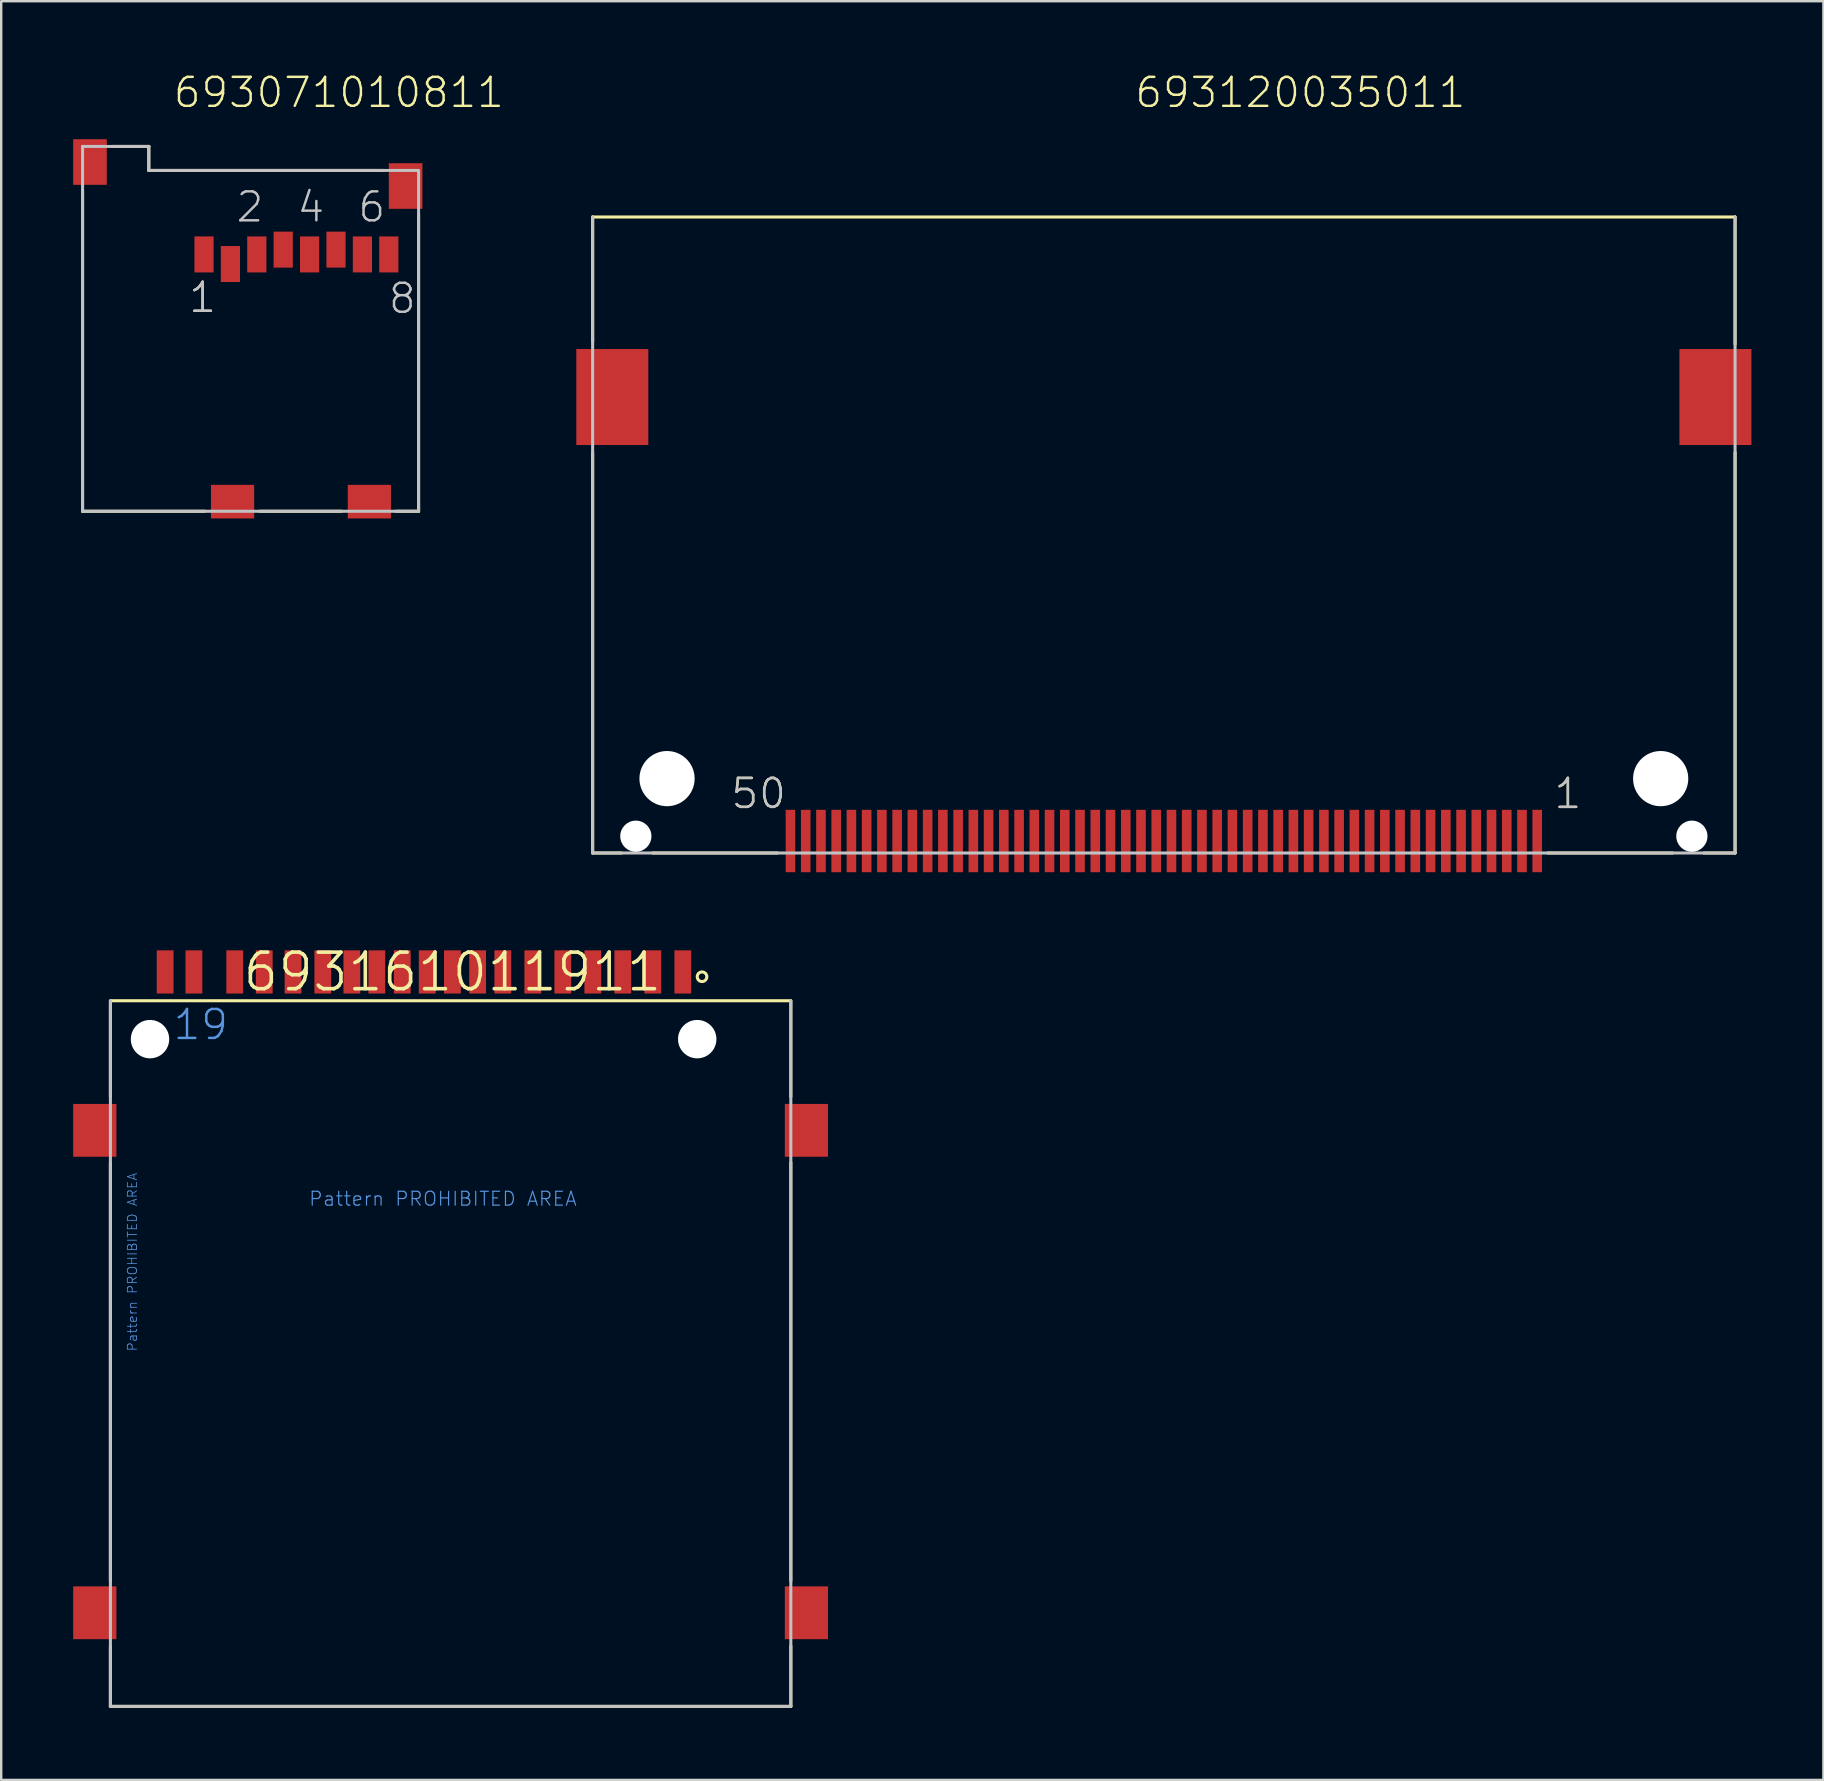
<source format=kicad_pcb>
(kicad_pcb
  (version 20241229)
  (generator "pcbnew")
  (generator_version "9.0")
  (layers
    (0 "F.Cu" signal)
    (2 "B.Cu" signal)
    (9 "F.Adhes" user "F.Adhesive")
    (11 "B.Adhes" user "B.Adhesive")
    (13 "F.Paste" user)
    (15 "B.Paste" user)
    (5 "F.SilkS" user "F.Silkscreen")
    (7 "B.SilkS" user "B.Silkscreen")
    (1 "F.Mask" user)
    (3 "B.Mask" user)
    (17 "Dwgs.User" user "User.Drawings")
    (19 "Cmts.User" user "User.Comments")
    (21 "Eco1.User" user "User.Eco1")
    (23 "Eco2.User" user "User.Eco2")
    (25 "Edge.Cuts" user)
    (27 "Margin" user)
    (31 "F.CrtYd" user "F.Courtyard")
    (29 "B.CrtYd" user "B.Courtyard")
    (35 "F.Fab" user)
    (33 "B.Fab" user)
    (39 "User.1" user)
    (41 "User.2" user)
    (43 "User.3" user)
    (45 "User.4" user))
  (footprint "693161011911"
    (layer "F.Cu")
    (at 15.8 37.446)
    (property "Reference" "693161011911" (at 0 0 0) (layer "F.SilkS") (effects (font (size 1.524 1.524) (thickness 0.15))))
    (attr through_hole)
    (fp_line (start -14.25 1.2) (end 14.1 1.2) (stroke (width 0.127) (type solid)) (layer "F.SilkS"))
    (fp_line (start -14.25 5.2) (end -14.25 1.22) (stroke (width 0.127) (type solid)) (layer "F.SilkS"))
    (fp_line (start -14.25 7.95) (end -14.25 25.38) (stroke (width 0.127) (type solid)) (layer "F.SilkS"))
    (fp_line (start -14.25 28.11) (end -14.25 30.6) (stroke (width 0.127) (type solid)) (layer "F.SilkS"))
    (fp_line (start -14.25 30.6) (end 14.1 30.6) (stroke (width 0.127) (type solid)) (layer "F.SilkS"))
    (fp_line (start 14.1 5.2) (end 14.1 1.22) (stroke (width 0.127) (type solid)) (layer "F.SilkS"))
    (fp_line (start 14.1 7.94) (end 14.1 25.37) (stroke (width 0.127) (type solid)) (layer "F.SilkS"))
    (fp_line (start 14.1 30.6) (end 14.1 28.08) (stroke (width 0.127) (type solid)) (layer "F.SilkS"))
    (fp_circle (center 10.4 0.2) (end 10.6 0.2) (stroke (width 0.127) (type solid)) (fill no) (layer "F.SilkS"))
    (fp_line (start -14.25 30.6) (end -14.25 1.2) (stroke (width 0.127) (type solid)) (layer "Dwgs.User"))
    (fp_line (start 14.1 1.2) (end 14.1 30.6) (stroke (width 0.127) (type solid)) (layer "Dwgs.User"))
    (fp_line (start 14.1 30.6) (end -14.25 30.6) (stroke (width 0.127) (type solid)) (layer "Dwgs.User"))
    (fp_text user "Pattern PROHIBITED AREA" (at -6.01 9.79 0) (layer "Cmts.User") (effects (font (size 0.579 0.579) (thickness 0.049)) (justify left bottom)))
    (fp_text user "Pattern PROHIBITED AREA" (at -13.11 15.83 90) (layer "Cmts.User") (effects (font (size 0.386 0.386) (thickness 0.033)) (justify left bottom)))
    (fp_text user "19" (at -11.7 2.9 0) (layer "Cmts.User") (effects (font (size 1.206 1.206) (thickness 0.102)) (justify left bottom)))
    (pad "" np_thru_hole circle (at -12.6 2.8) (size 1.6 1.6) (drill 1.6) (layers "*.Cu"))
    (pad "" np_thru_hole circle (at 10.2 2.8) (size 1.6 1.6) (drill 1.6) (layers "*.Cu"))
    (pad "1" smd rect (at 9.6 0 90) (size 1.8 0.7) (layers "F.Cu" "F.Mask" "F.Paste"))
    (pad "2" smd rect (at 8.35 0 90) (size 1.8 0.7) (layers "F.Cu" "F.Mask" "F.Paste"))
    (pad "3" smd rect (at 7.1 0 90) (size 1.8 0.7) (layers "F.Cu" "F.Mask" "F.Paste"))
    (pad "4" smd rect (at 5.85 0 90) (size 1.8 0.7) (layers "F.Cu" "F.Mask" "F.Paste"))
    (pad "5" smd rect (at 4.6 0 90) (size 1.8 0.7) (layers "F.Cu" "F.Mask" "F.Paste"))
    (pad "6" smd rect (at 3.35 0 90) (size 1.8 0.7) (layers "F.Cu" "F.Mask" "F.Paste"))
    (pad "7" smd rect (at 2.1 0 90) (size 1.8 0.7) (layers "F.Cu" "F.Mask" "F.Paste"))
    (pad "8" smd rect (at 1.05 0 90) (size 1.8 0.7) (layers "F.Cu" "F.Mask" "F.Paste"))
    (pad "9" smd rect (at 0 0 90) (size 1.8 0.7) (layers "F.Cu" "F.Mask" "F.Paste"))
    (pad "10" smd rect (at -1.05 0 90) (size 1.8 0.7) (layers "F.Cu" "F.Mask" "F.Paste"))
    (pad "11" smd rect (at -2.09 0 90) (size 1.8 0.7) (layers "F.Cu" "F.Mask" "F.Paste"))
    (pad "12" smd rect (at -3.15 0 90) (size 1.8 0.7) (layers "F.Cu" "F.Mask" "F.Paste"))
    (pad "13" smd rect (at -4.19 0 90) (size 1.8 0.7) (layers "F.Cu" "F.Mask" "F.Paste"))
    (pad "14" smd rect (at -5.4 0 90) (size 1.8 0.7) (layers "F.Cu" "F.Mask" "F.Paste"))
    (pad "15" smd rect (at -6.64 0 90) (size 1.8 0.7) (layers "F.Cu" "F.Mask" "F.Paste"))
    (pad "16" smd rect (at -7.84 0 90) (size 1.8 0.7) (layers "F.Cu" "F.Mask" "F.Paste"))
    (pad "17" smd rect (at -9.07 0 90) (size 1.8 0.7) (layers "F.Cu" "F.Mask" "F.Paste"))
    (pad "18" smd rect (at -10.77 0 90) (size 1.8 0.7) (layers "F.Cu" "F.Mask" "F.Paste"))
    (pad "19" smd rect (at -11.97 0 90) (size 1.8 0.7) (layers "F.Cu" "F.Mask" "F.Paste"))
    (pad "GND" smd rect (at 14.75 6.6 90) (size 2.2 1.8) (layers "F.Cu" "F.Mask" "F.Paste"))
    (pad "GND1" smd rect (at 14.75 26.7 90) (size 2.2 1.8) (layers "F.Cu" "F.Mask" "F.Paste"))
    (pad "GND2" smd rect (at -14.9 26.7 90) (size 2.2 1.8) (layers "F.Cu" "F.Mask" "F.Paste"))
    (pad "GND3" smd rect (at -14.9 6.6 90) (size 2.2 1.8) (layers "F.Cu" "F.Mask" "F.Paste")))
  (footprint "693071010811"
    (layer "F.Cu")
    (at 5.45 7.551)
    (property "Reference" "693071010811" (at -1.34 -6.04 0) (layer "F.SilkS") (effects (font (size 1.206 1.206) (thickness 0.102)) (justify left bottom)))
    (attr through_hole)
    (fp_line (start -5.06 -2.66) (end -5.06 10.7) (stroke (width 0.127) (type solid)) (layer "F.SilkS"))
    (fp_line (start -5.06 10.7) (end 0.04 10.7) (stroke (width 0.127) (type solid)) (layer "F.SilkS"))
    (fp_line (start -3.82 -4.5) (end -2.3 -4.5) (stroke (width 0.127) (type solid)) (layer "F.SilkS"))
    (fp_line (start -2.3 -4.5) (end -2.3 -3.5) (stroke (width 0.127) (type solid)) (layer "F.SilkS"))
    (fp_line (start -2.3 -3.5) (end 7.47 -3.5) (stroke (width 0.127) (type solid)) (layer "F.SilkS"))
    (fp_line (start 2.33 10.7) (end 5.73 10.7) (stroke (width 0.127) (type solid)) (layer "F.SilkS"))
    (fp_line (start 8 10.7) (end 8.94 10.7) (stroke (width 0.127) (type solid)) (layer "F.SilkS"))
    (fp_line (start 8.94 10.7) (end 8.94 -1.69) (stroke (width 0.127) (type solid)) (layer "F.SilkS"))
    (fp_line (start -5.06 -4.5) (end -5.06 10.7) (stroke (width 0.127) (type solid)) (layer "Dwgs.User"))
    (fp_line (start -5.06 -4.5) (end -2.3 -4.5) (stroke (width 0.127) (type solid)) (layer "Dwgs.User"))
    (fp_line (start -5.06 10.7) (end 8.94 10.7) (stroke (width 0.127) (type solid)) (layer "Dwgs.User"))
    (fp_line (start -2.3 -4.5) (end -2.3 -3.5) (stroke (width 0.127) (type solid)) (layer "Dwgs.User"))
    (fp_line (start -2.3 -3.5) (end 8.9 -3.5) (stroke (width 0.127) (type solid)) (layer "Dwgs.User"))
    (fp_line (start 8.94 10.7) (end 8.94 -3.5) (stroke (width 0.127) (type solid)) (layer "Dwgs.User"))
    (fp_text user "1" (at -0.7 2.5 0) (layer "F.SilkS") (effects (font (size 1.206 1.206) (thickness 0.102)) (justify left bottom)))
    (fp_text user "2" (at 1.27 -1.27 0) (layer "Dwgs.User") (effects (font (size 1.206 1.206) (thickness 0.102)) (justify left bottom)))
    (fp_text user "4" (at 3.81 -1.27 0) (layer "Dwgs.User") (effects (font (size 1.206 1.206) (thickness 0.102)) (justify left bottom)))
    (fp_text user "1" (at -0.7 2.5 0) (layer "Dwgs.User") (effects (font (size 1.206 1.206) (thickness 0.102)) (justify left bottom)))
    (fp_text user "8" (at 7.62 2.54 0) (layer "Dwgs.User") (effects (font (size 1.206 1.206) (thickness 0.102)) (justify left bottom)))
    (fp_text user "6" (at 6.35 -1.27 0) (layer "Dwgs.User") (effects (font (size 1.206 1.206) (thickness 0.102)) (justify left bottom)))
    (pad "1" smd rect (at 0 0) (size 0.8 1.5) (layers "F.Cu" "F.Mask" "F.Paste"))
    (pad "2" smd rect (at 1.1 0.4) (size 0.8 1.5) (layers "F.Cu" "F.Mask" "F.Paste"))
    (pad "3" smd rect (at 2.2 0) (size 0.8 1.5) (layers "F.Cu" "F.Mask" "F.Paste"))
    (pad "4" smd rect (at 3.3 -0.2) (size 0.8 1.5) (layers "F.Cu" "F.Mask" "F.Paste"))
    (pad "5" smd rect (at 4.4 0) (size 0.8 1.5) (layers "F.Cu" "F.Mask" "F.Paste"))
    (pad "6" smd rect (at 5.5 -0.2) (size 0.8 1.5) (layers "F.Cu" "F.Mask" "F.Paste"))
    (pad "7" smd rect (at 6.6 0) (size 0.8 1.5) (layers "F.Cu" "F.Mask" "F.Paste"))
    (pad "8" smd rect (at 7.7 0) (size 0.8 1.5) (layers "F.Cu" "F.Mask" "F.Paste"))
    (pad "9" smd rect (at -4.75 -3.85) (size 1.4 1.9) (layers "F.Cu" "F.Mask" "F.Paste"))
    (pad "9-1" smd rect (at 8.4 -2.85) (size 1.4 1.9) (layers "F.Cu" "F.Mask" "F.Paste"))
    (pad "10" smd rect (at 1.19 10.3) (size 1.8 1.4) (layers "F.Cu" "F.Mask" "F.Paste"))
    (pad "10-1" smd rect (at 6.89 10.3) (size 1.8 1.4) (layers "F.Cu" "F.Mask" "F.Paste")))
  (footprint "693120035011"
    (layer "F.Cu")
    (at 45.442 31.991)
    (property "Reference" "693120035011" (at -1.27 -30.48 0) (layer "F.SilkS") (effects (font (size 1.206 1.206) (thickness 0.102)) (justify left bottom)))
    (attr through_hole)
    (fp_line (start -23.8 -26) (end 23.8 -26) (stroke (width 0.127) (type solid)) (layer "F.SilkS"))
    (fp_line (start -23.8 -20.8) (end -23.8 -26) (stroke (width 0.127) (type solid)) (layer "F.SilkS"))
    (fp_line (start -23.8 -16.2) (end -23.8 0.5) (stroke (width 0.127) (type solid)) (layer "F.SilkS"))
    (fp_line (start -23.8 0.5) (end -22.6 0.5) (stroke (width 0.127) (type solid)) (layer "F.SilkS"))
    (fp_line (start -21.3 0.5) (end -16.1 0.5) (stroke (width 0.127) (type solid)) (layer "F.SilkS"))
    (fp_line (start 16 0.5) (end 21.2 0.5) (stroke (width 0.127) (type solid)) (layer "F.SilkS"))
    (fp_line (start 22.5 0.5) (end 23.8 0.5) (stroke (width 0.127) (type solid)) (layer "F.SilkS"))
    (fp_line (start 23.8 -20.7) (end 23.8 -26) (stroke (width 0.127) (type solid)) (layer "F.SilkS"))
    (fp_line (start 23.8 0.5) (end 23.8 -16.2) (stroke (width 0.127) (type solid)) (layer "F.SilkS"))
    (fp_line (start -23.8 0.5) (end -23.8 -26) (stroke (width 0.127) (type solid)) (layer "Dwgs.User"))
    (fp_line (start 23.8 -26) (end 23.8 0.5) (stroke (width 0.127) (type solid)) (layer "Dwgs.User"))
    (fp_line (start 23.8 0.5) (end -23.8 0.5) (stroke (width 0.127) (type solid)) (layer "Dwgs.User"))
    (fp_text user "1" (at 16.192 -1.27 0) (layer "F.SilkS") (effects (font (size 1.206 1.206) (thickness 0.102)) (justify left bottom)))
    (fp_text user "50" (at -18.098 -1.27 0) (layer "F.SilkS") (effects (font (size 1.206 1.206) (thickness 0.102)) (justify left bottom)))
    (fp_text user "1" (at 16.192 -1.27 0) (layer "Dwgs.User") (effects (font (size 1.206 1.206) (thickness 0.102)) (justify left bottom)))
    (fp_text user "50" (at -18.098 -1.27 0) (layer "Dwgs.User") (effects (font (size 1.206 1.206) (thickness 0.102)) (justify left bottom)))
    (pad "" np_thru_hole circle (at -22 -0.2) (size 1.3 1.3) (drill 1.3) (layers "*.Cu"))
    (pad "" np_thru_hole circle (at -20.7 -2.6) (size 2.3 2.3) (drill 2.3) (layers "*.Cu"))
    (pad "" np_thru_hole circle (at 20.7 -2.6) (size 2.3 2.3) (drill 2.3) (layers "*.Cu"))
    (pad "" np_thru_hole circle (at 22 -0.2) (size 1.3 1.3) (drill 1.3) (layers "*.Cu"))
    (pad "1" smd rect (at 15.557 0 90) (size 2.6 0.4) (layers "F.Cu" "F.Mask" "F.Paste"))
    (pad "2" smd rect (at 14.287 0 90) (size 2.6 0.4) (layers "F.Cu" "F.Mask" "F.Paste"))
    (pad "3" smd rect (at 13.018 0 90) (size 2.6 0.4) (layers "F.Cu" "F.Mask" "F.Paste"))
    (pad "4" smd rect (at 11.748 0) (size 0.4 2.6) (layers "F.Cu" "F.Mask" "F.Paste"))
    (pad "5" smd rect (at 10.477 0) (size 0.4 2.6) (layers "F.Cu" "F.Mask" "F.Paste"))
    (pad "6" smd rect (at 9.207 0) (size 0.4 2.6) (layers "F.Cu" "F.Mask" "F.Paste"))
    (pad "7" smd rect (at 7.938 0) (size 0.4 2.6) (layers "F.Cu" "F.Mask" "F.Paste"))
    (pad "8" smd rect (at 6.668 0) (size 0.4 2.6) (layers "F.Cu" "F.Mask" "F.Paste"))
    (pad "9" smd rect (at 5.397 0) (size 0.4 2.6) (layers "F.Cu" "F.Mask" "F.Paste"))
    (pad "10" smd rect (at 4.128 0) (size 0.4 2.6) (layers "F.Cu" "F.Mask" "F.Paste"))
    (pad "11" smd rect (at 2.857 0) (size 0.4 2.6) (layers "F.Cu" "F.Mask" "F.Paste"))
    (pad "12" smd rect (at 1.587 0) (size 0.4 2.6) (layers "F.Cu" "F.Mask" "F.Paste"))
    (pad "13" smd rect (at 0.318 0) (size 0.4 2.6) (layers "F.Cu" "F.Mask" "F.Paste"))
    (pad "14" smd rect (at -0.953 0) (size 0.4 2.6) (layers "F.Cu" "F.Mask" "F.Paste"))
    (pad "15" smd rect (at -2.223 0) (size 0.4 2.6) (layers "F.Cu" "F.Mask" "F.Paste"))
    (pad "16" smd rect (at -3.493 0) (size 0.4 2.6) (layers "F.Cu" "F.Mask" "F.Paste"))
    (pad "17" smd rect (at -4.763 0) (size 0.4 2.6) (layers "F.Cu" "F.Mask" "F.Paste"))
    (pad "18" smd rect (at -6.032 0) (size 0.4 2.6) (layers "F.Cu" "F.Mask" "F.Paste"))
    (pad "19" smd rect (at -7.303 0) (size 0.4 2.6) (layers "F.Cu" "F.Mask" "F.Paste"))
    (pad "20" smd rect (at -8.572 0) (size 0.4 2.6) (layers "F.Cu" "F.Mask" "F.Paste"))
    (pad "21" smd rect (at -9.842 0) (size 0.4 2.6) (layers "F.Cu" "F.Mask" "F.Paste"))
    (pad "22" smd rect (at -11.113 0) (size 0.4 2.6) (layers "F.Cu" "F.Mask" "F.Paste"))
    (pad "23" smd rect (at -12.383 0) (size 0.4 2.6) (layers "F.Cu" "F.Mask" "F.Paste"))
    (pad "24" smd rect (at -13.652 0) (size 0.4 2.6) (layers "F.Cu" "F.Mask" "F.Paste"))
    (pad "25" smd rect (at -14.922 0) (size 0.4 2.6) (layers "F.Cu" "F.Mask" "F.Paste"))
    (pad "26" smd rect (at 14.922 0) (size 0.4 2.6) (layers "F.Cu" "F.Mask" "F.Paste"))
    (pad "27" smd rect (at 13.652 0) (size 0.4 2.6) (layers "F.Cu" "F.Mask" "F.Paste"))
    (pad "28" smd rect (at 12.383 0) (size 0.4 2.6) (layers "F.Cu" "F.Mask" "F.Paste"))
    (pad "29" smd rect (at 11.113 0) (size 0.4 2.6) (layers "F.Cu" "F.Mask" "F.Paste"))
    (pad "30" smd rect (at 9.842 0) (size 0.4 2.6) (layers "F.Cu" "F.Mask" "F.Paste"))
    (pad "31" smd rect (at 8.572 0) (size 0.4 2.6) (layers "F.Cu" "F.Mask" "F.Paste"))
    (pad "32" smd rect (at 7.303 0) (size 0.4 2.6) (layers "F.Cu" "F.Mask" "F.Paste"))
    (pad "33" smd rect (at 6.032 0) (size 0.4 2.6) (layers "F.Cu" "F.Mask" "F.Paste"))
    (pad "34" smd rect (at 4.763 0) (size 0.4 2.6) (layers "F.Cu" "F.Mask" "F.Paste"))
    (pad "35" smd rect (at 3.493 0) (size 0.4 2.6) (layers "F.Cu" "F.Mask" "F.Paste"))
    (pad "36" smd rect (at 2.223 0) (size 0.4 2.6) (layers "F.Cu" "F.Mask" "F.Paste"))
    (pad "37" smd rect (at 0.953 0) (size 0.4 2.6) (layers "F.Cu" "F.Mask" "F.Paste"))
    (pad "38" smd rect (at -0.318 0) (size 0.4 2.6) (layers "F.Cu" "F.Mask" "F.Paste"))
    (pad "39" smd rect (at -1.587 0) (size 0.4 2.6) (layers "F.Cu" "F.Mask" "F.Paste"))
    (pad "40" smd rect (at -2.857 0) (size 0.4 2.6) (layers "F.Cu" "F.Mask" "F.Paste"))
    (pad "41" smd rect (at -4.128 0) (size 0.4 2.6) (layers "F.Cu" "F.Mask" "F.Paste"))
    (pad "42" smd rect (at -5.397 0) (size 0.4 2.6) (layers "F.Cu" "F.Mask" "F.Paste"))
    (pad "43" smd rect (at -6.668 0) (size 0.4 2.6) (layers "F.Cu" "F.Mask" "F.Paste"))
    (pad "44" smd rect (at -7.938 0) (size 0.4 2.6) (layers "F.Cu" "F.Mask" "F.Paste"))
    (pad "45" smd rect (at -9.207 0) (size 0.4 2.6) (layers "F.Cu" "F.Mask" "F.Paste"))
    (pad "46" smd rect (at -10.477 0) (size 0.4 2.6) (layers "F.Cu" "F.Mask" "F.Paste"))
    (pad "47" smd rect (at -11.748 0) (size 0.4 2.6) (layers "F.Cu" "F.Mask" "F.Paste"))
    (pad "48" smd rect (at -13.018 0) (size 0.4 2.6) (layers "F.Cu" "F.Mask" "F.Paste"))
    (pad "49" smd rect (at -14.287 0) (size 0.4 2.6) (layers "F.Cu" "F.Mask" "F.Paste"))
    (pad "50" smd rect (at -15.557 0) (size 0.4 2.6) (layers "F.Cu" "F.Mask" "F.Paste"))
    (pad "Z1" smd rect (at -22.98 -18.5) (size 3 4) (layers "F.Cu" "F.Mask" "F.Paste"))
    (pad "Z2" smd rect (at 22.98 -18.5) (size 3 4) (layers "F.Cu" "F.Mask" "F.Paste")))
  (gr_rect
    (start -3 -3)
    (end 72.922 71.11)
    (stroke (width 0.1) (type default))
    (fill no)
    (layer "Edge.Cuts")))
</source>
